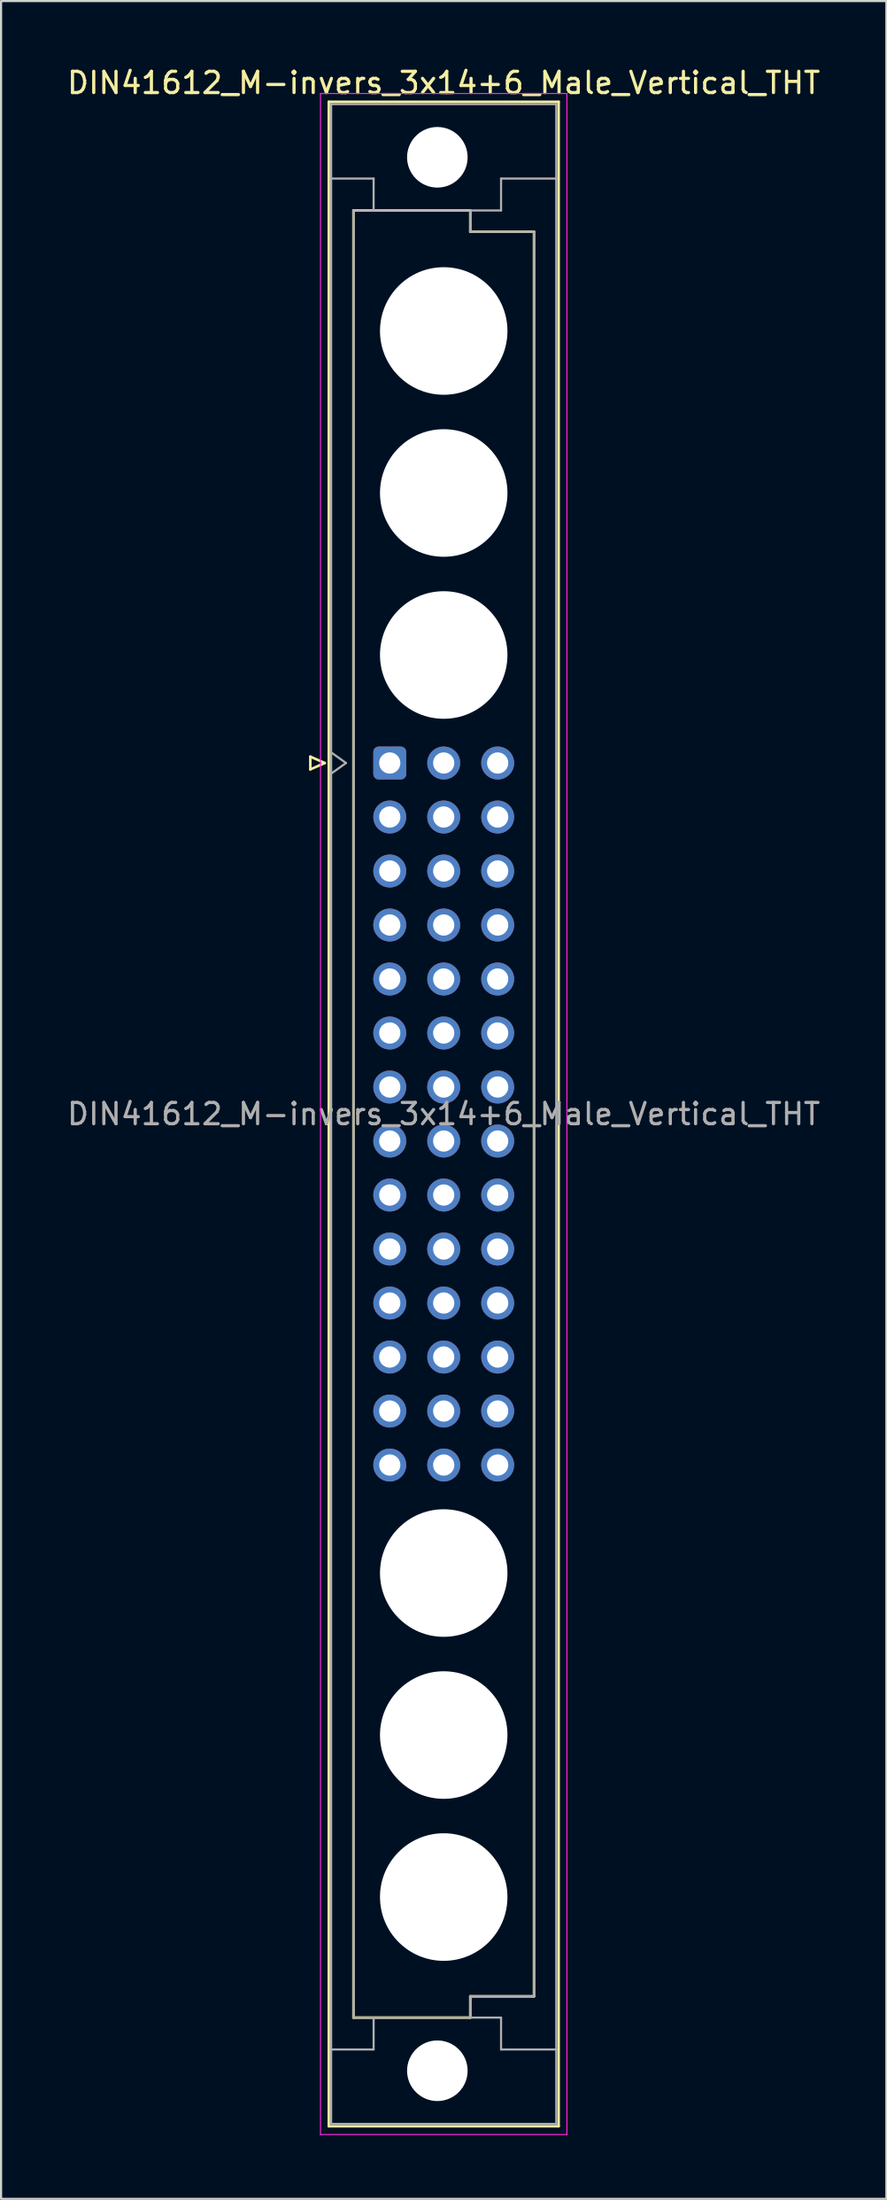
<source format=kicad_pcb>
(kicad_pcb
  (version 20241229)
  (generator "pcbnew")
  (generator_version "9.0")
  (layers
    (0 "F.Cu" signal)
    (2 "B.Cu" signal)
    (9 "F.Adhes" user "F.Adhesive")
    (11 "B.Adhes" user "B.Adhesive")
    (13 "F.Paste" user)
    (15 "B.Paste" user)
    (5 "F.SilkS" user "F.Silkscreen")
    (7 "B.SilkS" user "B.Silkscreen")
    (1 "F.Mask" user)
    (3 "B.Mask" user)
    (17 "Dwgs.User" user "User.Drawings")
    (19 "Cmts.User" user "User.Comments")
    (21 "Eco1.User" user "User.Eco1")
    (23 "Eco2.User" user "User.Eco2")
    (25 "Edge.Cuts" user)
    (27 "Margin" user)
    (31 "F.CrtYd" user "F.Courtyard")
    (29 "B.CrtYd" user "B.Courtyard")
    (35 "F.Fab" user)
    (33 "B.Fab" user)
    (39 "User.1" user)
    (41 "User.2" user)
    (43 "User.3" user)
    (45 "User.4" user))
  (footprint "DIN41612_M-invers_3x14+6_Male_Vertical_THT"
    (layer "F.Cu")
    (at 15.299 9.978)
    (property "Reference" "DIN41612_M-invers_3x14+6_Male_Vertical_THT" (at 2.54 -9.13 0) (layer "F.SilkS") (effects (font (size 1 1) (thickness 0.15))))
    (attr through_hole)
    (fp_line (start -3.74 22.56) (end -3.74 23.16) (stroke (width 0.12) (type solid)) (layer "F.SilkS"))
    (fp_line (start -3.74 23.16) (end -3.06 22.86) (stroke (width 0.12) (type solid)) (layer "F.SilkS"))
    (fp_line (start -3.06 22.86) (end -3.74 22.56) (stroke (width 0.12) (type solid)) (layer "F.SilkS"))
    (fp_line (start -2.87 -8.24) (end 7.95 -8.24) (stroke (width 0.12) (type solid)) (layer "F.SilkS"))
    (fp_line (start -2.87 86.98) (end -2.87 -8.24) (stroke (width 0.12) (type solid)) (layer "F.SilkS"))
    (fp_line (start -1.71 -3.13) (end 3.79 -3.13) (stroke (width 0.12) (type solid)) (layer "F.SilkS"))
    (fp_line (start -1.71 81.87) (end -1.71 -3.13) (stroke (width 0.12) (type solid)) (layer "F.SilkS"))
    (fp_line (start 3.79 -3.13) (end 3.79 -2.13) (stroke (width 0.12) (type solid)) (layer "F.SilkS"))
    (fp_line (start 3.79 -2.13) (end 6.79 -2.13) (stroke (width 0.12) (type solid)) (layer "F.SilkS"))
    (fp_line (start 3.79 80.87) (end 3.79 81.87) (stroke (width 0.12) (type solid)) (layer "F.SilkS"))
    (fp_line (start 3.79 81.87) (end -1.71 81.87) (stroke (width 0.12) (type solid)) (layer "F.SilkS"))
    (fp_line (start 6.79 -2.13) (end 6.79 80.87) (stroke (width 0.12) (type solid)) (layer "F.SilkS"))
    (fp_line (start 6.79 80.87) (end 3.79 80.87) (stroke (width 0.12) (type solid)) (layer "F.SilkS"))
    (fp_line (start 7.95 -8.24) (end 7.95 86.98) (stroke (width 0.12) (type solid)) (layer "F.SilkS"))
    (fp_line (start 7.95 86.98) (end -2.87 86.98) (stroke (width 0.12) (type solid)) (layer "F.SilkS"))
    (fp_line (start -3.26 -8.63) (end 8.34 -8.63) (stroke (width 0.05) (type solid)) (layer "F.CrtYd"))
    (fp_line (start -3.26 87.37) (end -3.26 -8.63) (stroke (width 0.05) (type solid)) (layer "F.CrtYd"))
    (fp_line (start 8.34 -8.63) (end 8.34 87.37) (stroke (width 0.05) (type solid)) (layer "F.CrtYd"))
    (fp_line (start 8.34 87.37) (end -3.26 87.37) (stroke (width 0.05) (type solid)) (layer "F.CrtYd"))
    (fp_line (start -2.76 -8.13) (end 7.84 -8.13) (stroke (width 0.1) (type solid)) (layer "F.Fab"))
    (fp_line (start -2.76 -4.63) (end -0.76 -4.63) (stroke (width 0.1) (type solid)) (layer "F.Fab"))
    (fp_line (start -2.76 22.36) (end -2.06 22.86) (stroke (width 0.1) (type solid)) (layer "F.Fab"))
    (fp_line (start -2.76 83.37) (end -0.76 83.37) (stroke (width 0.1) (type solid)) (layer "F.Fab"))
    (fp_line (start -2.76 86.87) (end -2.76 -8.13) (stroke (width 0.1) (type solid)) (layer "F.Fab"))
    (fp_line (start -2.06 22.86) (end -2.76 23.36) (stroke (width 0.1) (type solid)) (layer "F.Fab"))
    (fp_line (start -1.71 -3.13) (end 3.79 -3.13) (stroke (width 0.1) (type solid)) (layer "F.Fab"))
    (fp_line (start -1.71 81.87) (end -1.71 -3.13) (stroke (width 0.1) (type solid)) (layer "F.Fab"))
    (fp_line (start -0.76 -4.63) (end -0.76 -3.13) (stroke (width 0.1) (type solid)) (layer "F.Fab"))
    (fp_line (start -0.76 83.37) (end -0.76 81.87) (stroke (width 0.1) (type solid)) (layer "F.Fab"))
    (fp_line (start 3.79 -3.13) (end 3.79 -2.13) (stroke (width 0.1) (type solid)) (layer "F.Fab"))
    (fp_line (start 3.79 -3.13) (end 5.24 -3.13) (stroke (width 0.1) (type solid)) (layer "F.Fab"))
    (fp_line (start 3.79 -2.13) (end 6.79 -2.13) (stroke (width 0.1) (type solid)) (layer "F.Fab"))
    (fp_line (start 3.79 80.87) (end 3.79 81.87) (stroke (width 0.1) (type solid)) (layer "F.Fab"))
    (fp_line (start 3.79 81.87) (end -1.71 81.87) (stroke (width 0.1) (type solid)) (layer "F.Fab"))
    (fp_line (start 3.79 81.87) (end 5.24 81.87) (stroke (width 0.1) (type solid)) (layer "F.Fab"))
    (fp_line (start 5.24 -4.63) (end 7.84 -4.63) (stroke (width 0.1) (type solid)) (layer "F.Fab"))
    (fp_line (start 5.24 -3.13) (end 5.24 -4.63) (stroke (width 0.1) (type solid)) (layer "F.Fab"))
    (fp_line (start 5.24 81.87) (end 5.24 83.37) (stroke (width 0.1) (type solid)) (layer "F.Fab"))
    (fp_line (start 5.24 83.37) (end 7.84 83.37) (stroke (width 0.1) (type solid)) (layer "F.Fab"))
    (fp_line (start 6.79 -2.13) (end 6.79 80.87) (stroke (width 0.1) (type solid)) (layer "F.Fab"))
    (fp_line (start 6.79 80.87) (end 3.79 80.87) (stroke (width 0.1) (type solid)) (layer "F.Fab"))
    (fp_line (start 7.84 -8.13) (end 7.84 86.87) (stroke (width 0.1) (type solid)) (layer "F.Fab"))
    (fp_line (start 7.84 86.87) (end -2.76 86.87) (stroke (width 0.1) (type solid)) (layer "F.Fab"))
    (fp_text user "${REFERENCE}" (at 2.54 39.37 0) (layer "F.Fab") (effects (font (size 1 1) (thickness 0.15))))
    (pad "" np_thru_hole circle (at 2.24 -5.63) (size 2.85 2.85) (drill 2.85) (layers "*.Cu" "*.Mask"))
    (pad "" np_thru_hole circle (at 2.24 84.37) (size 2.85 2.85) (drill 2.85) (layers "*.Cu" "*.Mask"))
    (pad "" np_thru_hole circle (at 2.54 2.54) (size 6 6) (drill 6) (layers "*.Cu" "*.Mask"))
    (pad "" np_thru_hole circle (at 2.54 10.16) (size 6 6) (drill 6) (layers "*.Cu" "*.Mask"))
    (pad "" np_thru_hole circle (at 2.54 17.78) (size 6 6) (drill 6) (layers "*.Cu" "*.Mask"))
    (pad "" np_thru_hole circle (at 2.54 60.96) (size 6 6) (drill 6) (layers "*.Cu" "*.Mask"))
    (pad "" np_thru_hole circle (at 2.54 68.58) (size 6 6) (drill 6) (layers "*.Cu" "*.Mask"))
    (pad "" np_thru_hole circle (at 2.54 76.2) (size 6 6) (drill 6) (layers "*.Cu" "*.Mask"))
    (pad "a10" thru_hole roundrect (at 0 22.86) (size 1.55 1.55) (drill 1) (layers "*.Cu" "*.Mask") (roundrect_rratio 0.161))
    (pad "a11" thru_hole circle (at 0 25.4) (size 1.55 1.55) (drill 1) (layers "*.Cu" "*.Mask"))
    (pad "a12" thru_hole circle (at 0 27.94) (size 1.55 1.55) (drill 1) (layers "*.Cu" "*.Mask"))
    (pad "a13" thru_hole circle (at 0 30.48) (size 1.55 1.55) (drill 1) (layers "*.Cu" "*.Mask"))
    (pad "a14" thru_hole circle (at 0 33.02) (size 1.55 1.55) (drill 1) (layers "*.Cu" "*.Mask"))
    (pad "a15" thru_hole circle (at 0 35.56) (size 1.55 1.55) (drill 1) (layers "*.Cu" "*.Mask"))
    (pad "a16" thru_hole circle (at 0 38.1) (size 1.55 1.55) (drill 1) (layers "*.Cu" "*.Mask"))
    (pad "a17" thru_hole circle (at 0 40.64) (size 1.55 1.55) (drill 1) (layers "*.Cu" "*.Mask"))
    (pad "a18" thru_hole circle (at 0 43.18) (size 1.55 1.55) (drill 1) (layers "*.Cu" "*.Mask"))
    (pad "a19" thru_hole circle (at 0 45.72) (size 1.55 1.55) (drill 1) (layers "*.Cu" "*.Mask"))
    (pad "a20" thru_hole circle (at 0 48.26) (size 1.55 1.55) (drill 1) (layers "*.Cu" "*.Mask"))
    (pad "a21" thru_hole circle (at 0 50.8) (size 1.55 1.55) (drill 1) (layers "*.Cu" "*.Mask"))
    (pad "a22" thru_hole circle (at 0 53.34) (size 1.55 1.55) (drill 1) (layers "*.Cu" "*.Mask"))
    (pad "a23" thru_hole circle (at 0 55.88) (size 1.55 1.55) (drill 1) (layers "*.Cu" "*.Mask"))
    (pad "b10" thru_hole circle (at 2.54 22.86) (size 1.55 1.55) (drill 1) (layers "*.Cu" "*.Mask"))
    (pad "b11" thru_hole circle (at 2.54 25.4) (size 1.55 1.55) (drill 1) (layers "*.Cu" "*.Mask"))
    (pad "b12" thru_hole circle (at 2.54 27.94) (size 1.55 1.55) (drill 1) (layers "*.Cu" "*.Mask"))
    (pad "b13" thru_hole circle (at 2.54 30.48) (size 1.55 1.55) (drill 1) (layers "*.Cu" "*.Mask"))
    (pad "b14" thru_hole circle (at 2.54 33.02) (size 1.55 1.55) (drill 1) (layers "*.Cu" "*.Mask"))
    (pad "b15" thru_hole circle (at 2.54 35.56) (size 1.55 1.55) (drill 1) (layers "*.Cu" "*.Mask"))
    (pad "b16" thru_hole circle (at 2.54 38.1) (size 1.55 1.55) (drill 1) (layers "*.Cu" "*.Mask"))
    (pad "b17" thru_hole circle (at 2.54 40.64) (size 1.55 1.55) (drill 1) (layers "*.Cu" "*.Mask"))
    (pad "b18" thru_hole circle (at 2.54 43.18) (size 1.55 1.55) (drill 1) (layers "*.Cu" "*.Mask"))
    (pad "b19" thru_hole circle (at 2.54 45.72) (size 1.55 1.55) (drill 1) (layers "*.Cu" "*.Mask"))
    (pad "b20" thru_hole circle (at 2.54 48.26) (size 1.55 1.55) (drill 1) (layers "*.Cu" "*.Mask"))
    (pad "b21" thru_hole circle (at 2.54 50.8) (size 1.55 1.55) (drill 1) (layers "*.Cu" "*.Mask"))
    (pad "b22" thru_hole circle (at 2.54 53.34) (size 1.55 1.55) (drill 1) (layers "*.Cu" "*.Mask"))
    (pad "b23" thru_hole circle (at 2.54 55.88) (size 1.55 1.55) (drill 1) (layers "*.Cu" "*.Mask"))
    (pad "c10" thru_hole circle (at 5.08 22.86) (size 1.55 1.55) (drill 1) (layers "*.Cu" "*.Mask"))
    (pad "c11" thru_hole circle (at 5.08 25.4) (size 1.55 1.55) (drill 1) (layers "*.Cu" "*.Mask"))
    (pad "c12" thru_hole circle (at 5.08 27.94) (size 1.55 1.55) (drill 1) (layers "*.Cu" "*.Mask"))
    (pad "c13" thru_hole circle (at 5.08 30.48) (size 1.55 1.55) (drill 1) (layers "*.Cu" "*.Mask"))
    (pad "c14" thru_hole circle (at 5.08 33.02) (size 1.55 1.55) (drill 1) (layers "*.Cu" "*.Mask"))
    (pad "c15" thru_hole circle (at 5.08 35.56) (size 1.55 1.55) (drill 1) (layers "*.Cu" "*.Mask"))
    (pad "c16" thru_hole circle (at 5.08 38.1) (size 1.55 1.55) (drill 1) (layers "*.Cu" "*.Mask"))
    (pad "c17" thru_hole circle (at 5.08 40.64) (size 1.55 1.55) (drill 1) (layers "*.Cu" "*.Mask"))
    (pad "c18" thru_hole circle (at 5.08 43.18) (size 1.55 1.55) (drill 1) (layers "*.Cu" "*.Mask"))
    (pad "c19" thru_hole circle (at 5.08 45.72) (size 1.55 1.55) (drill 1) (layers "*.Cu" "*.Mask"))
    (pad "c20" thru_hole circle (at 5.08 48.26) (size 1.55 1.55) (drill 1) (layers "*.Cu" "*.Mask"))
    (pad "c21" thru_hole circle (at 5.08 50.8) (size 1.55 1.55) (drill 1) (layers "*.Cu" "*.Mask"))
    (pad "c22" thru_hole circle (at 5.08 53.34) (size 1.55 1.55) (drill 1) (layers "*.Cu" "*.Mask"))
    (pad "c23" thru_hole circle (at 5.08 55.88) (size 1.55 1.55) (drill 1) (layers "*.Cu" "*.Mask")))
  (gr_rect
    (start -3 -3)
    (end 38.679 100.373)
    (stroke (width 0.1) (type default))
    (fill no)
    (layer "Edge.Cuts")))
</source>
